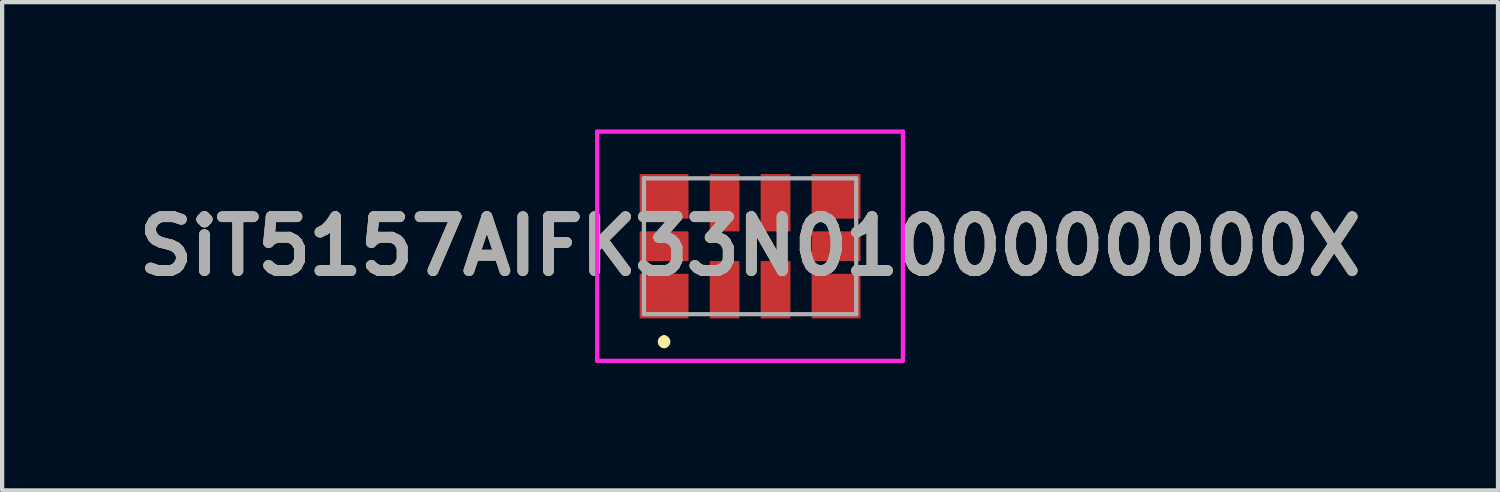
<source format=kicad_pcb>
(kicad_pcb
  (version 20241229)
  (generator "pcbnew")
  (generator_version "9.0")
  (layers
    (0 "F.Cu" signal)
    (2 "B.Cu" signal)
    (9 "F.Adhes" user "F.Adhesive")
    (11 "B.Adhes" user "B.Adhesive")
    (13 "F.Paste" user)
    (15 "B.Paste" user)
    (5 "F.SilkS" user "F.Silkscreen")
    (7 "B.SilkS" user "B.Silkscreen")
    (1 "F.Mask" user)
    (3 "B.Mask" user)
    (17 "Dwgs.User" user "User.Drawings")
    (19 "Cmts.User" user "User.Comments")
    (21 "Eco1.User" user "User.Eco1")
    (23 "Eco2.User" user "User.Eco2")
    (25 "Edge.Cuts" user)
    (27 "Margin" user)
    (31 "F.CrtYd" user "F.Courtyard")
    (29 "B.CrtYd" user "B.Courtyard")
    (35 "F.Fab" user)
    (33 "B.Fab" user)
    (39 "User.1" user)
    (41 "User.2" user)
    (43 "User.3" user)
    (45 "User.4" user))
  (footprint "SiT5157AIFK33N0100000000X"
    (layer "F.Cu")
    (at 14.617 2.75)
    (property "Reference" "SiT5157AIFK33N0100000000X" (at 0 0 0) (layer "F.SilkS") (effects (font (size 1.27 1.27) (thickness 0.254))))
    (attr smd)
    (fp_line (start -2.025 2.2) (end -2.025 2.2) (stroke (width 0.2) (type solid)) (layer "F.SilkS"))
    (fp_line (start -2.025 2.3) (end -2.025 2.2) (stroke (width 0.2) (type solid)) (layer "F.SilkS"))
    (fp_line (start -2.025 2.3) (end -2.025 2.3) (stroke (width 0.2) (type solid)) (layer "F.SilkS"))
    (fp_arc (start -2.025 2.2) (mid -1.975 2.25) (end -2.025 2.3) (stroke (width 0.2) (type solid)) (layer "F.SilkS"))
    (fp_arc (start -2.025 2.3) (mid -2.075 2.25) (end -2.025 2.2) (stroke (width 0.2) (type solid)) (layer "F.SilkS"))
    (fp_line (start -3.6 -2.7) (end 3.6 -2.7) (stroke (width 0.1) (type solid)) (layer "F.CrtYd"))
    (fp_line (start -3.6 2.7) (end -3.6 -2.7) (stroke (width 0.1) (type solid)) (layer "F.CrtYd"))
    (fp_line (start 3.6 -2.7) (end 3.6 2.7) (stroke (width 0.1) (type solid)) (layer "F.CrtYd"))
    (fp_line (start 3.6 2.7) (end -3.6 2.7) (stroke (width 0.1) (type solid)) (layer "F.CrtYd"))
    (fp_line (start -2.5 -1.6) (end 2.5 -1.6) (stroke (width 0.1) (type solid)) (layer "F.Fab"))
    (fp_line (start -2.5 1.6) (end -2.5 -1.6) (stroke (width 0.1) (type solid)) (layer "F.Fab"))
    (fp_line (start 2.5 -1.6) (end 2.5 1.6) (stroke (width 0.1) (type solid)) (layer "F.Fab"))
    (fp_line (start 2.5 1.6) (end -2.5 1.6) (stroke (width 0.1) (type solid)) (layer "F.Fab"))
    (fp_text user "${REFERENCE}" (at 0 0 0) (layer "F.Fab") (effects (font (size 1.27 1.27) (thickness 0.254))))
    (pad "1" smd rect (at -2.025 1.175 90) (size 1.05 1.15) (layers "F.Cu" "F.Mask" "F.Paste"))
    (pad "2" smd rect (at -0.6 1.025) (size 0.7 1.35) (layers "F.Cu" "F.Mask" "F.Paste"))
    (pad "3" smd rect (at 0.6 1.025) (size 0.7 1.35) (layers "F.Cu" "F.Mask" "F.Paste"))
    (pad "4" smd rect (at 2.025 1.175 90) (size 1.05 1.15) (layers "F.Cu" "F.Mask" "F.Paste"))
    (pad "5" smd rect (at 2.025 0 90) (size 0.7 1.15) (layers "F.Cu" "F.Mask" "F.Paste"))
    (pad "6" smd rect (at 2.025 -1.175 90) (size 1.05 1.15) (layers "F.Cu" "F.Mask" "F.Paste"))
    (pad "7" smd rect (at 0.6 -1.025) (size 0.7 1.35) (layers "F.Cu" "F.Mask" "F.Paste"))
    (pad "8" smd rect (at -0.6 -1.025) (size 0.7 1.35) (layers "F.Cu" "F.Mask" "F.Paste"))
    (pad "9" smd rect (at -2.025 -1.175 90) (size 1.05 1.15) (layers "F.Cu" "F.Mask" "F.Paste"))
    (pad "10" smd rect (at -2.025 0 90) (size 0.7 1.15) (layers "F.Cu" "F.Mask" "F.Paste")))
  (gr_rect
    (start -3 -3)
    (end 32.234 8.5)
    (stroke (width 0.1) (type default))
    (fill no)
    (layer "Edge.Cuts")))
</source>
